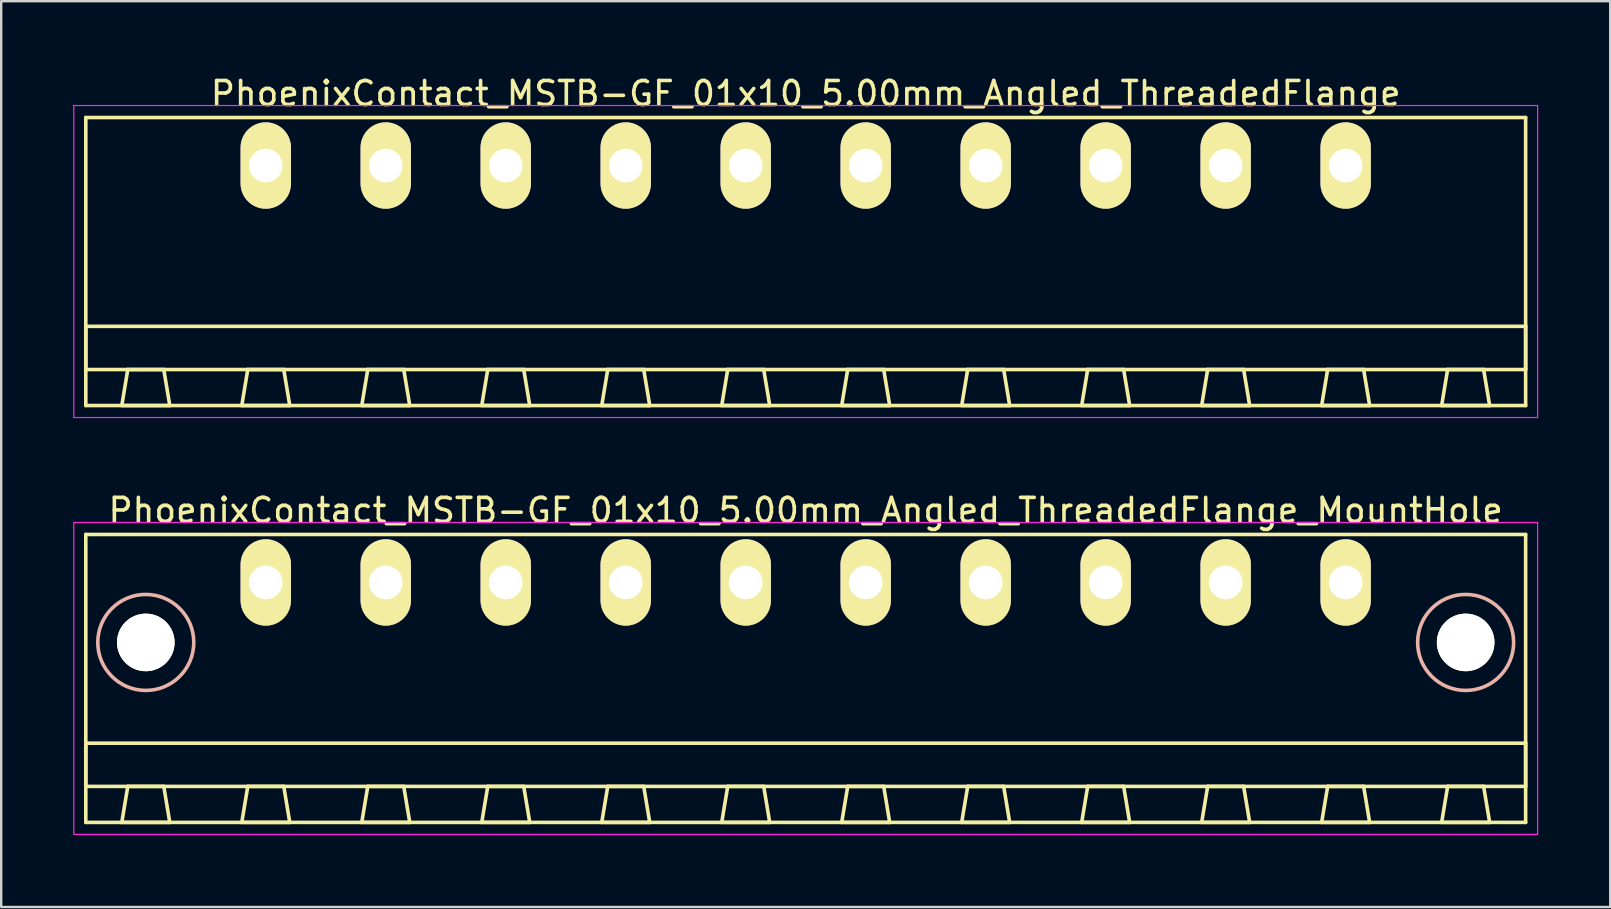
<source format=kicad_pcb>
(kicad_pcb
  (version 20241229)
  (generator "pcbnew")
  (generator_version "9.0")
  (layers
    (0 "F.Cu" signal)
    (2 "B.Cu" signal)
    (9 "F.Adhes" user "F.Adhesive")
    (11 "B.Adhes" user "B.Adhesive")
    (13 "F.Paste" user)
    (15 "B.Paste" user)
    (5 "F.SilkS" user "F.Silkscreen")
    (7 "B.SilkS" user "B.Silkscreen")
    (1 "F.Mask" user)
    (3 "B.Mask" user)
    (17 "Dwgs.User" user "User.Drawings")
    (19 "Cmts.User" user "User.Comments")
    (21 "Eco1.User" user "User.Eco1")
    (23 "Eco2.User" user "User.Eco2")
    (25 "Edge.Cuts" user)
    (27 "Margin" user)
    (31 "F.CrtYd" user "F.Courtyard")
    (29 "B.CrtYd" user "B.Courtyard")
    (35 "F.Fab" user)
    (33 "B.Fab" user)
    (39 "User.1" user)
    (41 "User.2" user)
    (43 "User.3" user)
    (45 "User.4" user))
  (footprint "PhoenixContact_MSTB-GF_01x10_5.00mm_Angled_ThreadedFlange_MountHole"
    (layer "F.Cu")
    (at 8.025 21.221)
    (property "Reference" "PhoenixContact_MSTB-GF_01x10_5.00mm_Angled_ThreadedFlange_MountHole" (at 22.5 -3 0) (layer "F.SilkS") (effects (font (size 1 1) (thickness 0.15))))
    (attr through_hole)
    (fp_line (start -7.5 -2) (end -7.5 10) (stroke (width 0.15) (type solid)) (layer "F.SilkS"))
    (fp_line (start -7.5 6.7) (end 52.5 6.7) (stroke (width 0.15) (type solid)) (layer "F.SilkS"))
    (fp_line (start -7.5 8.5) (end -7.5 6.7) (stroke (width 0.15) (type solid)) (layer "F.SilkS"))
    (fp_line (start -7.5 10) (end 52.5 10) (stroke (width 0.15) (type solid)) (layer "F.SilkS"))
    (fp_line (start -6 10) (end -4 10) (stroke (width 0.15) (type solid)) (layer "F.SilkS"))
    (fp_line (start -5.75 8.5) (end -6 10) (stroke (width 0.15) (type solid)) (layer "F.SilkS"))
    (fp_line (start -4.25 8.5) (end -5.75 8.5) (stroke (width 0.15) (type solid)) (layer "F.SilkS"))
    (fp_line (start -4 10) (end -4.25 8.5) (stroke (width 0.15) (type solid)) (layer "F.SilkS"))
    (fp_line (start -1 10) (end 1 10) (stroke (width 0.15) (type solid)) (layer "F.SilkS"))
    (fp_line (start -0.75 8.5) (end -1 10) (stroke (width 0.15) (type solid)) (layer "F.SilkS"))
    (fp_line (start 0.75 8.5) (end -0.75 8.5) (stroke (width 0.15) (type solid)) (layer "F.SilkS"))
    (fp_line (start 1 10) (end 0.75 8.5) (stroke (width 0.15) (type solid)) (layer "F.SilkS"))
    (fp_line (start 4 10) (end 6 10) (stroke (width 0.15) (type solid)) (layer "F.SilkS"))
    (fp_line (start 4.25 8.5) (end 4 10) (stroke (width 0.15) (type solid)) (layer "F.SilkS"))
    (fp_line (start 5.75 8.5) (end 4.25 8.5) (stroke (width 0.15) (type solid)) (layer "F.SilkS"))
    (fp_line (start 6 10) (end 5.75 8.5) (stroke (width 0.15) (type solid)) (layer "F.SilkS"))
    (fp_line (start 9 10) (end 11 10) (stroke (width 0.15) (type solid)) (layer "F.SilkS"))
    (fp_line (start 9.25 8.5) (end 9 10) (stroke (width 0.15) (type solid)) (layer "F.SilkS"))
    (fp_line (start 10.75 8.5) (end 9.25 8.5) (stroke (width 0.15) (type solid)) (layer "F.SilkS"))
    (fp_line (start 11 10) (end 10.75 8.5) (stroke (width 0.15) (type solid)) (layer "F.SilkS"))
    (fp_line (start 14 10) (end 16 10) (stroke (width 0.15) (type solid)) (layer "F.SilkS"))
    (fp_line (start 14.25 8.5) (end 14 10) (stroke (width 0.15) (type solid)) (layer "F.SilkS"))
    (fp_line (start 15.75 8.5) (end 14.25 8.5) (stroke (width 0.15) (type solid)) (layer "F.SilkS"))
    (fp_line (start 16 10) (end 15.75 8.5) (stroke (width 0.15) (type solid)) (layer "F.SilkS"))
    (fp_line (start 19 10) (end 21 10) (stroke (width 0.15) (type solid)) (layer "F.SilkS"))
    (fp_line (start 19.25 8.5) (end 19 10) (stroke (width 0.15) (type solid)) (layer "F.SilkS"))
    (fp_line (start 20.75 8.5) (end 19.25 8.5) (stroke (width 0.15) (type solid)) (layer "F.SilkS"))
    (fp_line (start 21 10) (end 20.75 8.5) (stroke (width 0.15) (type solid)) (layer "F.SilkS"))
    (fp_line (start 24 10) (end 26 10) (stroke (width 0.15) (type solid)) (layer "F.SilkS"))
    (fp_line (start 24.25 8.5) (end 24 10) (stroke (width 0.15) (type solid)) (layer "F.SilkS"))
    (fp_line (start 25.75 8.5) (end 24.25 8.5) (stroke (width 0.15) (type solid)) (layer "F.SilkS"))
    (fp_line (start 26 10) (end 25.75 8.5) (stroke (width 0.15) (type solid)) (layer "F.SilkS"))
    (fp_line (start 29 10) (end 31 10) (stroke (width 0.15) (type solid)) (layer "F.SilkS"))
    (fp_line (start 29.25 8.5) (end 29 10) (stroke (width 0.15) (type solid)) (layer "F.SilkS"))
    (fp_line (start 30.75 8.5) (end 29.25 8.5) (stroke (width 0.15) (type solid)) (layer "F.SilkS"))
    (fp_line (start 31 10) (end 30.75 8.5) (stroke (width 0.15) (type solid)) (layer "F.SilkS"))
    (fp_line (start 34 10) (end 36 10) (stroke (width 0.15) (type solid)) (layer "F.SilkS"))
    (fp_line (start 34.25 8.5) (end 34 10) (stroke (width 0.15) (type solid)) (layer "F.SilkS"))
    (fp_line (start 35.75 8.5) (end 34.25 8.5) (stroke (width 0.15) (type solid)) (layer "F.SilkS"))
    (fp_line (start 36 10) (end 35.75 8.5) (stroke (width 0.15) (type solid)) (layer "F.SilkS"))
    (fp_line (start 39 10) (end 41 10) (stroke (width 0.15) (type solid)) (layer "F.SilkS"))
    (fp_line (start 39.25 8.5) (end 39 10) (stroke (width 0.15) (type solid)) (layer "F.SilkS"))
    (fp_line (start 40.75 8.5) (end 39.25 8.5) (stroke (width 0.15) (type solid)) (layer "F.SilkS"))
    (fp_line (start 41 10) (end 40.75 8.5) (stroke (width 0.15) (type solid)) (layer "F.SilkS"))
    (fp_line (start 44 10) (end 46 10) (stroke (width 0.15) (type solid)) (layer "F.SilkS"))
    (fp_line (start 44.25 8.5) (end 44 10) (stroke (width 0.15) (type solid)) (layer "F.SilkS"))
    (fp_line (start 45.75 8.5) (end 44.25 8.5) (stroke (width 0.15) (type solid)) (layer "F.SilkS"))
    (fp_line (start 46 10) (end 45.75 8.5) (stroke (width 0.15) (type solid)) (layer "F.SilkS"))
    (fp_line (start 49 10) (end 51 10) (stroke (width 0.15) (type solid)) (layer "F.SilkS"))
    (fp_line (start 49.25 8.5) (end 49 10) (stroke (width 0.15) (type solid)) (layer "F.SilkS"))
    (fp_line (start 50.75 8.5) (end 49.25 8.5) (stroke (width 0.15) (type solid)) (layer "F.SilkS"))
    (fp_line (start 51 10) (end 50.75 8.5) (stroke (width 0.15) (type solid)) (layer "F.SilkS"))
    (fp_line (start 52.5 -2) (end -7.5 -2) (stroke (width 0.15) (type solid)) (layer "F.SilkS"))
    (fp_line (start 52.5 6.7) (end 52.5 8.5) (stroke (width 0.15) (type solid)) (layer "F.SilkS"))
    (fp_line (start 52.5 8.5) (end -7.5 8.5) (stroke (width 0.15) (type solid)) (layer "F.SilkS"))
    (fp_line (start 52.5 10) (end 52.5 -2) (stroke (width 0.15) (type solid)) (layer "F.SilkS"))
    (fp_circle (center -5 2.5) (end -3 2.5) (stroke (width 0.15) (type solid)) (fill no) (layer "B.SilkS"))
    (fp_circle (center 50 2.5) (end 52 2.5) (stroke (width 0.15) (type solid)) (fill no) (layer "B.SilkS"))
    (fp_line (start -8 -2.5) (end -8 10.5) (stroke (width 0.05) (type solid)) (layer "F.CrtYd"))
    (fp_line (start -8 10.5) (end 53 10.5) (stroke (width 0.05) (type solid)) (layer "F.CrtYd"))
    (fp_line (start 53 -2.5) (end -8 -2.5) (stroke (width 0.05) (type solid)) (layer "F.CrtYd"))
    (fp_line (start 53 10.5) (end 53 -2.5) (stroke (width 0.05) (type solid)) (layer "F.CrtYd"))
    (pad "" np_thru_hole circle (at -5 2.5) (size 2.4 2.4) (drill 2.4) (layers "*.Cu" "*.Mask" "F.SilkS"))
    (pad "" np_thru_hole circle (at 50 2.5) (size 2.4 2.4) (drill 2.4) (layers "*.Cu" "*.Mask" "F.SilkS"))
    (pad "1" thru_hole oval (at 0 0) (size 2.1 3.6) (drill 1.4) (layers "*.Cu" "*.Mask" "F.SilkS"))
    (pad "2" thru_hole oval (at 5 0) (size 2.1 3.6) (drill 1.4) (layers "*.Cu" "*.Mask" "F.SilkS"))
    (pad "3" thru_hole oval (at 10 0) (size 2.1 3.6) (drill 1.4) (layers "*.Cu" "*.Mask" "F.SilkS"))
    (pad "4" thru_hole oval (at 15 0) (size 2.1 3.6) (drill 1.4) (layers "*.Cu" "*.Mask" "F.SilkS"))
    (pad "5" thru_hole oval (at 20 0) (size 2.1 3.6) (drill 1.4) (layers "*.Cu" "*.Mask" "F.SilkS"))
    (pad "6" thru_hole oval (at 25 0) (size 2.1 3.6) (drill 1.4) (layers "*.Cu" "*.Mask" "F.SilkS"))
    (pad "7" thru_hole oval (at 30 0) (size 2.1 3.6) (drill 1.4) (layers "*.Cu" "*.Mask" "F.SilkS"))
    (pad "8" thru_hole oval (at 35 0) (size 2.1 3.6) (drill 1.4) (layers "*.Cu" "*.Mask" "F.SilkS"))
    (pad "9" thru_hole oval (at 40 0) (size 2.1 3.6) (drill 1.4) (layers "*.Cu" "*.Mask" "F.SilkS"))
    (pad "10" thru_hole oval (at 45 0) (size 2.1 3.6) (drill 1.4) (layers "*.Cu" "*.Mask" "F.SilkS")))
  (footprint "PhoenixContact_MSTB-GF_01x10_5.00mm_Angled_ThreadedFlange"
    (layer "F.Cu")
    (at 8.025 3.848)
    (property "Reference" "PhoenixContact_MSTB-GF_01x10_5.00mm_Angled_ThreadedFlange" (at 22.5 -3 0) (layer "F.SilkS") (effects (font (size 1 1) (thickness 0.15))))
    (attr through_hole)
    (fp_line (start -7.5 -2) (end -7.5 10) (stroke (width 0.15) (type solid)) (layer "F.SilkS"))
    (fp_line (start -7.5 6.7) (end 52.5 6.7) (stroke (width 0.15) (type solid)) (layer "F.SilkS"))
    (fp_line (start -7.5 8.5) (end -7.5 6.7) (stroke (width 0.15) (type solid)) (layer "F.SilkS"))
    (fp_line (start -7.5 10) (end 52.5 10) (stroke (width 0.15) (type solid)) (layer "F.SilkS"))
    (fp_line (start -6 10) (end -4 10) (stroke (width 0.15) (type solid)) (layer "F.SilkS"))
    (fp_line (start -5.75 8.5) (end -6 10) (stroke (width 0.15) (type solid)) (layer "F.SilkS"))
    (fp_line (start -4.25 8.5) (end -5.75 8.5) (stroke (width 0.15) (type solid)) (layer "F.SilkS"))
    (fp_line (start -4 10) (end -4.25 8.5) (stroke (width 0.15) (type solid)) (layer "F.SilkS"))
    (fp_line (start -1 10) (end 1 10) (stroke (width 0.15) (type solid)) (layer "F.SilkS"))
    (fp_line (start -0.75 8.5) (end -1 10) (stroke (width 0.15) (type solid)) (layer "F.SilkS"))
    (fp_line (start 0.75 8.5) (end -0.75 8.5) (stroke (width 0.15) (type solid)) (layer "F.SilkS"))
    (fp_line (start 1 10) (end 0.75 8.5) (stroke (width 0.15) (type solid)) (layer "F.SilkS"))
    (fp_line (start 4 10) (end 6 10) (stroke (width 0.15) (type solid)) (layer "F.SilkS"))
    (fp_line (start 4.25 8.5) (end 4 10) (stroke (width 0.15) (type solid)) (layer "F.SilkS"))
    (fp_line (start 5.75 8.5) (end 4.25 8.5) (stroke (width 0.15) (type solid)) (layer "F.SilkS"))
    (fp_line (start 6 10) (end 5.75 8.5) (stroke (width 0.15) (type solid)) (layer "F.SilkS"))
    (fp_line (start 9 10) (end 11 10) (stroke (width 0.15) (type solid)) (layer "F.SilkS"))
    (fp_line (start 9.25 8.5) (end 9 10) (stroke (width 0.15) (type solid)) (layer "F.SilkS"))
    (fp_line (start 10.75 8.5) (end 9.25 8.5) (stroke (width 0.15) (type solid)) (layer "F.SilkS"))
    (fp_line (start 11 10) (end 10.75 8.5) (stroke (width 0.15) (type solid)) (layer "F.SilkS"))
    (fp_line (start 14 10) (end 16 10) (stroke (width 0.15) (type solid)) (layer "F.SilkS"))
    (fp_line (start 14.25 8.5) (end 14 10) (stroke (width 0.15) (type solid)) (layer "F.SilkS"))
    (fp_line (start 15.75 8.5) (end 14.25 8.5) (stroke (width 0.15) (type solid)) (layer "F.SilkS"))
    (fp_line (start 16 10) (end 15.75 8.5) (stroke (width 0.15) (type solid)) (layer "F.SilkS"))
    (fp_line (start 19 10) (end 21 10) (stroke (width 0.15) (type solid)) (layer "F.SilkS"))
    (fp_line (start 19.25 8.5) (end 19 10) (stroke (width 0.15) (type solid)) (layer "F.SilkS"))
    (fp_line (start 20.75 8.5) (end 19.25 8.5) (stroke (width 0.15) (type solid)) (layer "F.SilkS"))
    (fp_line (start 21 10) (end 20.75 8.5) (stroke (width 0.15) (type solid)) (layer "F.SilkS"))
    (fp_line (start 24 10) (end 26 10) (stroke (width 0.15) (type solid)) (layer "F.SilkS"))
    (fp_line (start 24.25 8.5) (end 24 10) (stroke (width 0.15) (type solid)) (layer "F.SilkS"))
    (fp_line (start 25.75 8.5) (end 24.25 8.5) (stroke (width 0.15) (type solid)) (layer "F.SilkS"))
    (fp_line (start 26 10) (end 25.75 8.5) (stroke (width 0.15) (type solid)) (layer "F.SilkS"))
    (fp_line (start 29 10) (end 31 10) (stroke (width 0.15) (type solid)) (layer "F.SilkS"))
    (fp_line (start 29.25 8.5) (end 29 10) (stroke (width 0.15) (type solid)) (layer "F.SilkS"))
    (fp_line (start 30.75 8.5) (end 29.25 8.5) (stroke (width 0.15) (type solid)) (layer "F.SilkS"))
    (fp_line (start 31 10) (end 30.75 8.5) (stroke (width 0.15) (type solid)) (layer "F.SilkS"))
    (fp_line (start 34 10) (end 36 10) (stroke (width 0.15) (type solid)) (layer "F.SilkS"))
    (fp_line (start 34.25 8.5) (end 34 10) (stroke (width 0.15) (type solid)) (layer "F.SilkS"))
    (fp_line (start 35.75 8.5) (end 34.25 8.5) (stroke (width 0.15) (type solid)) (layer "F.SilkS"))
    (fp_line (start 36 10) (end 35.75 8.5) (stroke (width 0.15) (type solid)) (layer "F.SilkS"))
    (fp_line (start 39 10) (end 41 10) (stroke (width 0.15) (type solid)) (layer "F.SilkS"))
    (fp_line (start 39.25 8.5) (end 39 10) (stroke (width 0.15) (type solid)) (layer "F.SilkS"))
    (fp_line (start 40.75 8.5) (end 39.25 8.5) (stroke (width 0.15) (type solid)) (layer "F.SilkS"))
    (fp_line (start 41 10) (end 40.75 8.5) (stroke (width 0.15) (type solid)) (layer "F.SilkS"))
    (fp_line (start 44 10) (end 46 10) (stroke (width 0.15) (type solid)) (layer "F.SilkS"))
    (fp_line (start 44.25 8.5) (end 44 10) (stroke (width 0.15) (type solid)) (layer "F.SilkS"))
    (fp_line (start 45.75 8.5) (end 44.25 8.5) (stroke (width 0.15) (type solid)) (layer "F.SilkS"))
    (fp_line (start 46 10) (end 45.75 8.5) (stroke (width 0.15) (type solid)) (layer "F.SilkS"))
    (fp_line (start 49 10) (end 51 10) (stroke (width 0.15) (type solid)) (layer "F.SilkS"))
    (fp_line (start 49.25 8.5) (end 49 10) (stroke (width 0.15) (type solid)) (layer "F.SilkS"))
    (fp_line (start 50.75 8.5) (end 49.25 8.5) (stroke (width 0.15) (type solid)) (layer "F.SilkS"))
    (fp_line (start 51 10) (end 50.75 8.5) (stroke (width 0.15) (type solid)) (layer "F.SilkS"))
    (fp_line (start 52.5 -2) (end -7.5 -2) (stroke (width 0.15) (type solid)) (layer "F.SilkS"))
    (fp_line (start 52.5 6.7) (end 52.5 8.5) (stroke (width 0.15) (type solid)) (layer "F.SilkS"))
    (fp_line (start 52.5 8.5) (end -7.5 8.5) (stroke (width 0.15) (type solid)) (layer "F.SilkS"))
    (fp_line (start 52.5 10) (end 52.5 -2) (stroke (width 0.15) (type solid)) (layer "F.SilkS"))
    (fp_line (start -8 -2.5) (end -8 10.5) (stroke (width 0.05) (type solid)) (layer "F.CrtYd"))
    (fp_line (start -8 10.5) (end 53 10.5) (stroke (width 0.05) (type solid)) (layer "F.CrtYd"))
    (fp_line (start 53 -2.5) (end -8 -2.5) (stroke (width 0.05) (type solid)) (layer "F.CrtYd"))
    (fp_line (start 53 10.5) (end 53 -2.5) (stroke (width 0.05) (type solid)) (layer "F.CrtYd"))
    (pad "1" thru_hole oval (at 0 0) (size 2.1 3.6) (drill 1.4) (layers "*.Cu" "*.Mask" "F.SilkS"))
    (pad "2" thru_hole oval (at 5 0) (size 2.1 3.6) (drill 1.4) (layers "*.Cu" "*.Mask" "F.SilkS"))
    (pad "3" thru_hole oval (at 10 0) (size 2.1 3.6) (drill 1.4) (layers "*.Cu" "*.Mask" "F.SilkS"))
    (pad "4" thru_hole oval (at 15 0) (size 2.1 3.6) (drill 1.4) (layers "*.Cu" "*.Mask" "F.SilkS"))
    (pad "5" thru_hole oval (at 20 0) (size 2.1 3.6) (drill 1.4) (layers "*.Cu" "*.Mask" "F.SilkS"))
    (pad "6" thru_hole oval (at 25 0) (size 2.1 3.6) (drill 1.4) (layers "*.Cu" "*.Mask" "F.SilkS"))
    (pad "7" thru_hole oval (at 30 0) (size 2.1 3.6) (drill 1.4) (layers "*.Cu" "*.Mask" "F.SilkS"))
    (pad "8" thru_hole oval (at 35 0) (size 2.1 3.6) (drill 1.4) (layers "*.Cu" "*.Mask" "F.SilkS"))
    (pad "9" thru_hole oval (at 40 0) (size 2.1 3.6) (drill 1.4) (layers "*.Cu" "*.Mask" "F.SilkS"))
    (pad "10" thru_hole oval (at 45 0) (size 2.1 3.6) (drill 1.4) (layers "*.Cu" "*.Mask" "F.SilkS")))
  (gr_rect
    (start -3 -3)
    (end 64.05 34.746)
    (stroke (width 0.1) (type default))
    (fill no)
    (layer "Edge.Cuts")))
</source>
